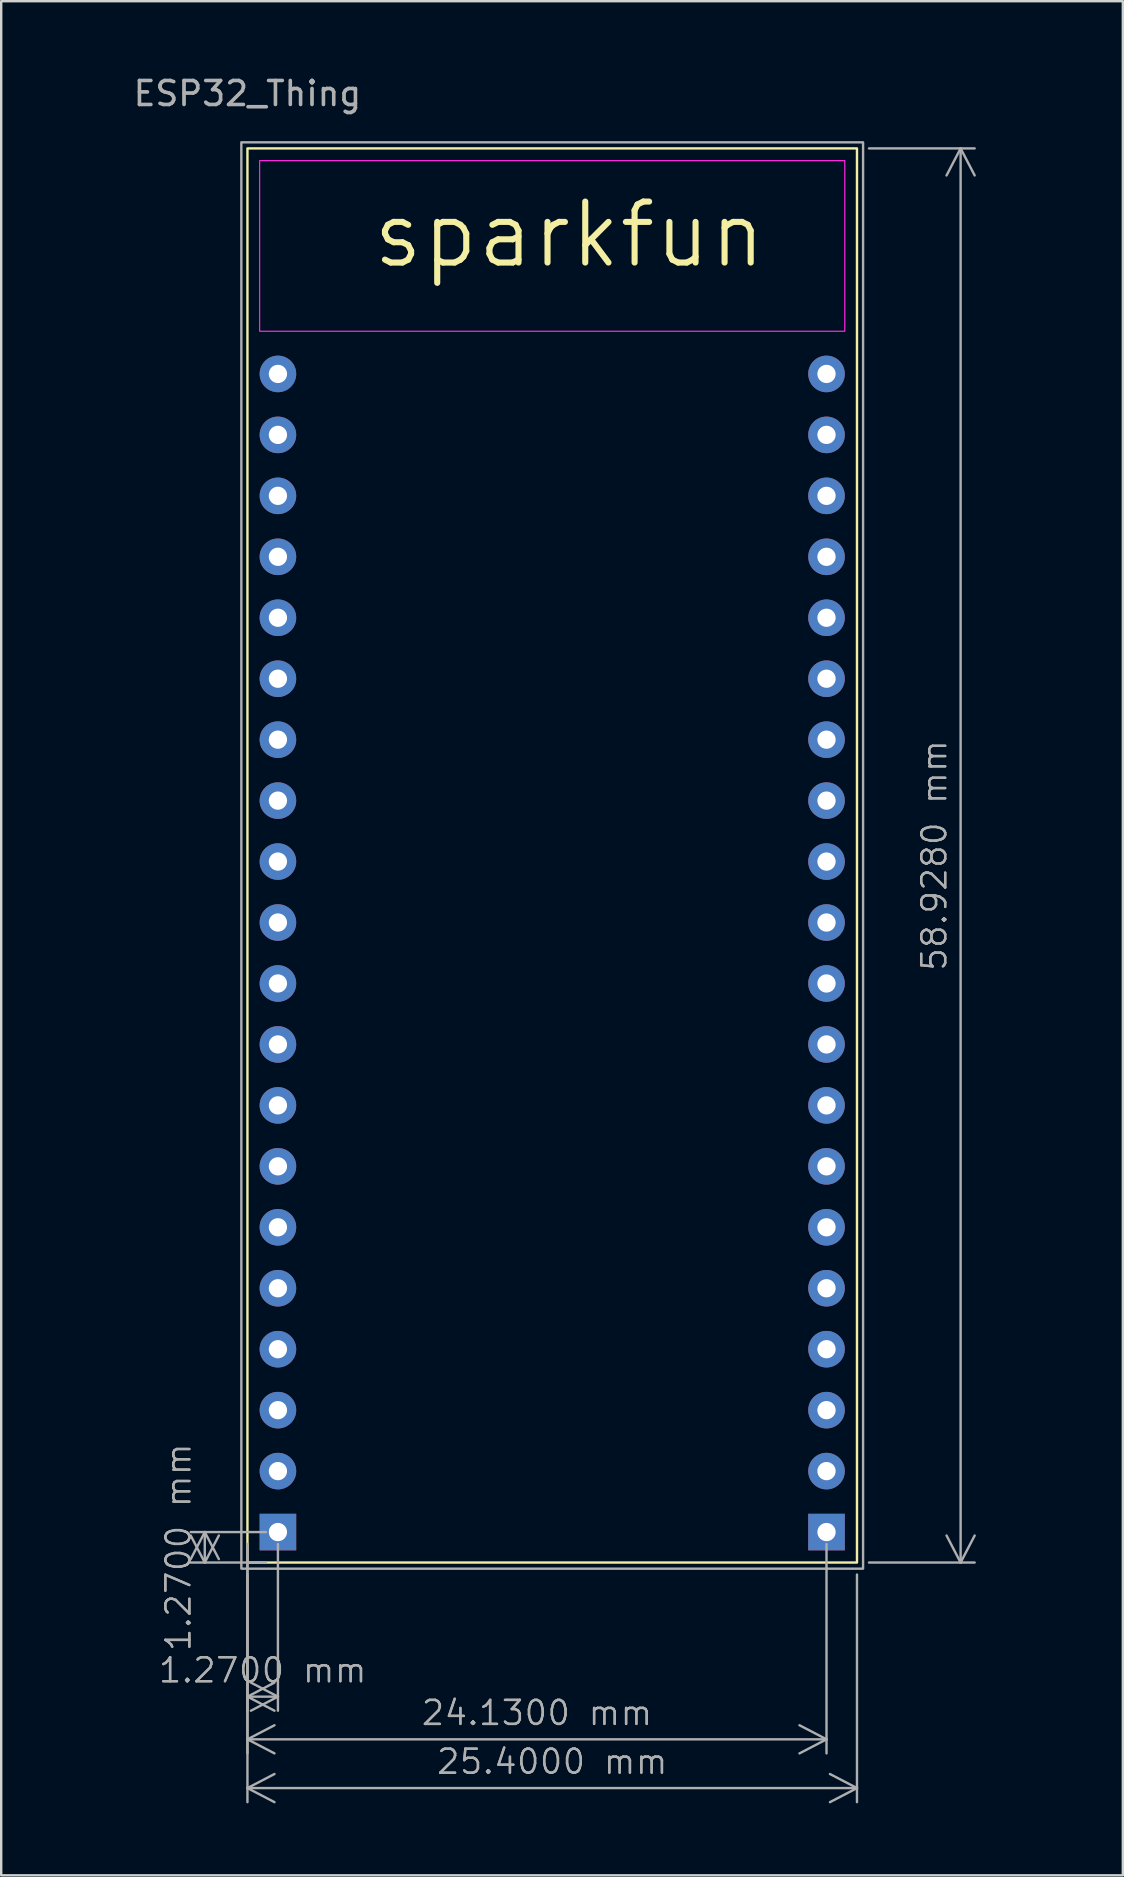
<source format=kicad_pcb>
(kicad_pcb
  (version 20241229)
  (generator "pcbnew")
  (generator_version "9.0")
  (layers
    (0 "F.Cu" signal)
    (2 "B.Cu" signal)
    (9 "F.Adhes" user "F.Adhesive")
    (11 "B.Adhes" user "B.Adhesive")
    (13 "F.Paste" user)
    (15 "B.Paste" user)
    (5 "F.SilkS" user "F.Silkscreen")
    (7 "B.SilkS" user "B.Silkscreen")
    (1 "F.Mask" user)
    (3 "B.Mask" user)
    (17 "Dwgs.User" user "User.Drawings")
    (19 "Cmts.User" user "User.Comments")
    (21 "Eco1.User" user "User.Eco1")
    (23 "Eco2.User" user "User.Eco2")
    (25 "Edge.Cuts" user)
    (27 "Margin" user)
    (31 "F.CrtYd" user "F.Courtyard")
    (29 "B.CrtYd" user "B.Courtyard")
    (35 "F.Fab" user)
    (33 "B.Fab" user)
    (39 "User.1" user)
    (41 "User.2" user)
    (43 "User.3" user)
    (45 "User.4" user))
  (footprint "ESP32_Thing"
    (layer "F.Cu")
    (at 7.261 3.134)
    (property "Reference" "ESP32_Thing" (at 0 -2.286 0) (unlocked yes) (layer "F.SilkS") (effects (font (size 1 1) (thickness 0.1))))
    (attr through_hole)
    (fp_rect (start 0 0) (end 25.4 58.928) (stroke (width 0.1) (type default)) (fill no) (layer "F.SilkS"))
    (fp_rect (start 0.508 0.508) (end 24.892 7.62) (stroke (width 0.05) (type default)) (fill no) (layer "F.CrtYd"))
    (fp_rect (start -0.254 -0.254) (end 25.654 59.182) (stroke (width 0.1) (type default)) (fill no) (layer "F.Fab"))
    (fp_text user "sparkfun" (at 5.08 5.08 0) (unlocked yes) (layer "F.SilkS") (effects (font (size 2.54 2.54) (thickness 0.254)) (justify left bottom)))
    (fp_text user "${REFERENCE}" (at 0 -2.286 0) (unlocked yes) (layer "F.Fab") (effects (font (size 1 1) (thickness 0.15))))
    (dimension (type aligned) (layer "F.Fab") (pts (xy 7.261 62.062) (xy 32.661 62.062)) (height 9.398) (format (prefix "") (suffix "") (units 3) (units_format 1) (precision 4)) (style (thickness 0.1) (arrow_length 1.27) (text_position_mode 0) (arrow_direction outward) (extension_height 0.586) (extension_offset 0.5) (keep_text_aligned yes)) (gr_text "25.4000 mm" (at 19.961 70.36 0) (layer "F.Fab") (effects (font (size 1 1) (thickness 0.1)))))
    (dimension (type aligned) (layer "F.Fab") (pts (xy 8.531 60.792) (xy 8.531 62.062)) (height 3.048) (format (prefix "") (suffix "") (units 3) (units_format 1) (precision 4)) (style (thickness 0.1) (arrow_length 1.27) (text_position_mode 0) (arrow_direction outward) (extension_height 0.586) (extension_offset 0.5) (keep_text_aligned yes)) (gr_text "1.2700 mm" (at 4.383 61.427 90) (layer "F.Fab") (effects (font (size 1 1) (thickness 0.1)))))
    (dimension (type aligned) (layer "F.Fab") (pts (xy 8.531 60.792) (xy 7.261 60.792)) (height -6.858) (format (prefix "") (suffix "") (units 3) (units_format 1) (precision 4)) (style (thickness 0.1) (arrow_length 1.27) (text_position_mode 0) (arrow_direction outward) (extension_height 0.586) (extension_offset 0.5) (keep_text_aligned yes)) (gr_text "1.2700 mm" (at 7.896 66.55 0) (layer "F.Fab") (effects (font (size 1 1) (thickness 0.1)))))
    (dimension (type aligned) (layer "F.Fab") (pts (xy 32.661 62.062) (xy 32.661 3.134)) (height 4.318) (format (prefix "") (suffix "") (units 3) (units_format 1) (precision 4)) (style (thickness 0.1) (arrow_length 1.27) (text_position_mode 0) (arrow_direction outward) (extension_height 0.586) (extension_offset 0.5) (keep_text_aligned yes)) (gr_text "58.9280 mm" (at 35.879 32.598 90) (layer "F.Fab") (effects (font (size 1 1) (thickness 0.1)))))
    (dimension (type aligned) (layer "F.Fab") (pts (xy 7.261 60.792) (xy 31.391 60.792)) (height 8.636) (format (prefix "") (suffix "") (units 3) (units_format 1) (precision 4)) (style (thickness 0.1) (arrow_length 1.27) (text_position_mode 0) (arrow_direction outward) (extension_height 0.586) (extension_offset 0.5) (keep_text_aligned yes)) (gr_text "24.1300 mm" (at 19.326 68.328 0) (layer "F.Fab") (effects (font (size 1 1) (thickness 0.1)))))
    (pad "1" thru_hole rect (at 1.27 57.658) (size 1.524 1.524) (drill 0.762) (layers "*.Cu" "*.Mask"))
    (pad "2" thru_hole circle (at 1.27 55.118) (size 1.524 1.524) (drill 0.762) (layers "*.Cu" "*.Mask"))
    (pad "3" thru_hole circle (at 1.27 52.578) (size 1.524 1.524) (drill 0.762) (layers "*.Cu" "*.Mask"))
    (pad "4" thru_hole circle (at 1.27 50.038) (size 1.524 1.524) (drill 0.762) (layers "*.Cu" "*.Mask"))
    (pad "5" thru_hole circle (at 1.27 47.498) (size 1.524 1.524) (drill 0.762) (layers "*.Cu" "*.Mask"))
    (pad "6" thru_hole circle (at 1.27 44.958) (size 1.524 1.524) (drill 0.762) (layers "*.Cu" "*.Mask"))
    (pad "7" thru_hole circle (at 1.27 42.418) (size 1.524 1.524) (drill 0.762) (layers "*.Cu" "*.Mask"))
    (pad "8" thru_hole circle (at 1.27 39.878) (size 1.524 1.524) (drill 0.762) (layers "*.Cu" "*.Mask"))
    (pad "9" thru_hole circle (at 1.27 37.338) (size 1.524 1.524) (drill 0.762) (layers "*.Cu" "*.Mask"))
    (pad "10" thru_hole circle (at 1.27 34.798) (size 1.524 1.524) (drill 0.762) (layers "*.Cu" "*.Mask"))
    (pad "11" thru_hole circle (at 1.27 32.258) (size 1.524 1.524) (drill 0.762) (layers "*.Cu" "*.Mask"))
    (pad "12" thru_hole circle (at 1.27 29.718) (size 1.524 1.524) (drill 0.762) (layers "*.Cu" "*.Mask"))
    (pad "13" thru_hole circle (at 1.27 27.178) (size 1.524 1.524) (drill 0.762) (layers "*.Cu" "*.Mask"))
    (pad "14" thru_hole circle (at 1.27 24.638) (size 1.524 1.524) (drill 0.762) (layers "*.Cu" "*.Mask"))
    (pad "15" thru_hole circle (at 1.27 22.098) (size 1.524 1.524) (drill 0.762) (layers "*.Cu" "*.Mask"))
    (pad "16" thru_hole circle (at 1.27 19.558) (size 1.524 1.524) (drill 0.762) (layers "*.Cu" "*.Mask"))
    (pad "17" thru_hole circle (at 1.27 17.018) (size 1.524 1.524) (drill 0.762) (layers "*.Cu" "*.Mask"))
    (pad "18" thru_hole circle (at 1.27 14.478) (size 1.524 1.524) (drill 0.762) (layers "*.Cu" "*.Mask"))
    (pad "19" thru_hole circle (at 1.27 11.938) (size 1.524 1.524) (drill 0.762) (layers "*.Cu" "*.Mask"))
    (pad "20" thru_hole circle (at 1.27 9.398) (size 1.524 1.524) (drill 0.762) (layers "*.Cu" "*.Mask"))
    (pad "21" thru_hole rect (at 24.13 57.658 180) (size 1.524 1.524) (drill 0.762) (layers "*.Cu" "*.Mask"))
    (pad "22" thru_hole circle (at 24.13 55.118 180) (size 1.524 1.524) (drill 0.762) (layers "*.Cu" "*.Mask"))
    (pad "23" thru_hole circle (at 24.13 52.578 180) (size 1.524 1.524) (drill 0.762) (layers "*.Cu" "*.Mask"))
    (pad "24" thru_hole circle (at 24.13 50.038 180) (size 1.524 1.524) (drill 0.762) (layers "*.Cu" "*.Mask"))
    (pad "25" thru_hole circle (at 24.13 47.498 180) (size 1.524 1.524) (drill 0.762) (layers "*.Cu" "*.Mask"))
    (pad "26" thru_hole circle (at 24.13 44.958 180) (size 1.524 1.524) (drill 0.762) (layers "*.Cu" "*.Mask"))
    (pad "27" thru_hole circle (at 24.13 42.418 180) (size 1.524 1.524) (drill 0.762) (layers "*.Cu" "*.Mask"))
    (pad "28" thru_hole circle (at 24.13 39.878 180) (size 1.524 1.524) (drill 0.762) (layers "*.Cu" "*.Mask"))
    (pad "29" thru_hole circle (at 24.13 37.338 180) (size 1.524 1.524) (drill 0.762) (layers "*.Cu" "*.Mask"))
    (pad "30" thru_hole circle (at 24.13 34.798 180) (size 1.524 1.524) (drill 0.762) (layers "*.Cu" "*.Mask"))
    (pad "31" thru_hole circle (at 24.13 32.258 180) (size 1.524 1.524) (drill 0.762) (layers "*.Cu" "*.Mask"))
    (pad "32" thru_hole circle (at 24.13 29.718 180) (size 1.524 1.524) (drill 0.762) (layers "*.Cu" "*.Mask"))
    (pad "33" thru_hole circle (at 24.13 27.178 180) (size 1.524 1.524) (drill 0.762) (layers "*.Cu" "*.Mask"))
    (pad "34" thru_hole circle (at 24.13 24.638 180) (size 1.524 1.524) (drill 0.762) (layers "*.Cu" "*.Mask"))
    (pad "35" thru_hole circle (at 24.13 22.098 180) (size 1.524 1.524) (drill 0.762) (layers "*.Cu" "*.Mask"))
    (pad "36" thru_hole circle (at 24.13 19.558 180) (size 1.524 1.524) (drill 0.762) (layers "*.Cu" "*.Mask"))
    (pad "37" thru_hole circle (at 24.13 17.018 180) (size 1.524 1.524) (drill 0.762) (layers "*.Cu" "*.Mask"))
    (pad "38" thru_hole circle (at 24.13 14.478 180) (size 1.524 1.524) (drill 0.762) (layers "*.Cu" "*.Mask"))
    (pad "39" thru_hole circle (at 24.13 11.938 180) (size 1.524 1.524) (drill 0.762) (layers "*.Cu" "*.Mask"))
    (pad "40" thru_hole circle (at 24.13 9.398 180) (size 1.524 1.524) (drill 0.762) (layers "*.Cu" "*.Mask")))
  (gr_rect
    (start -3 -3)
    (end 43.739 75.097)
    (stroke (width 0.1) (type default))
    (fill no)
    (layer "Edge.Cuts")))
</source>
